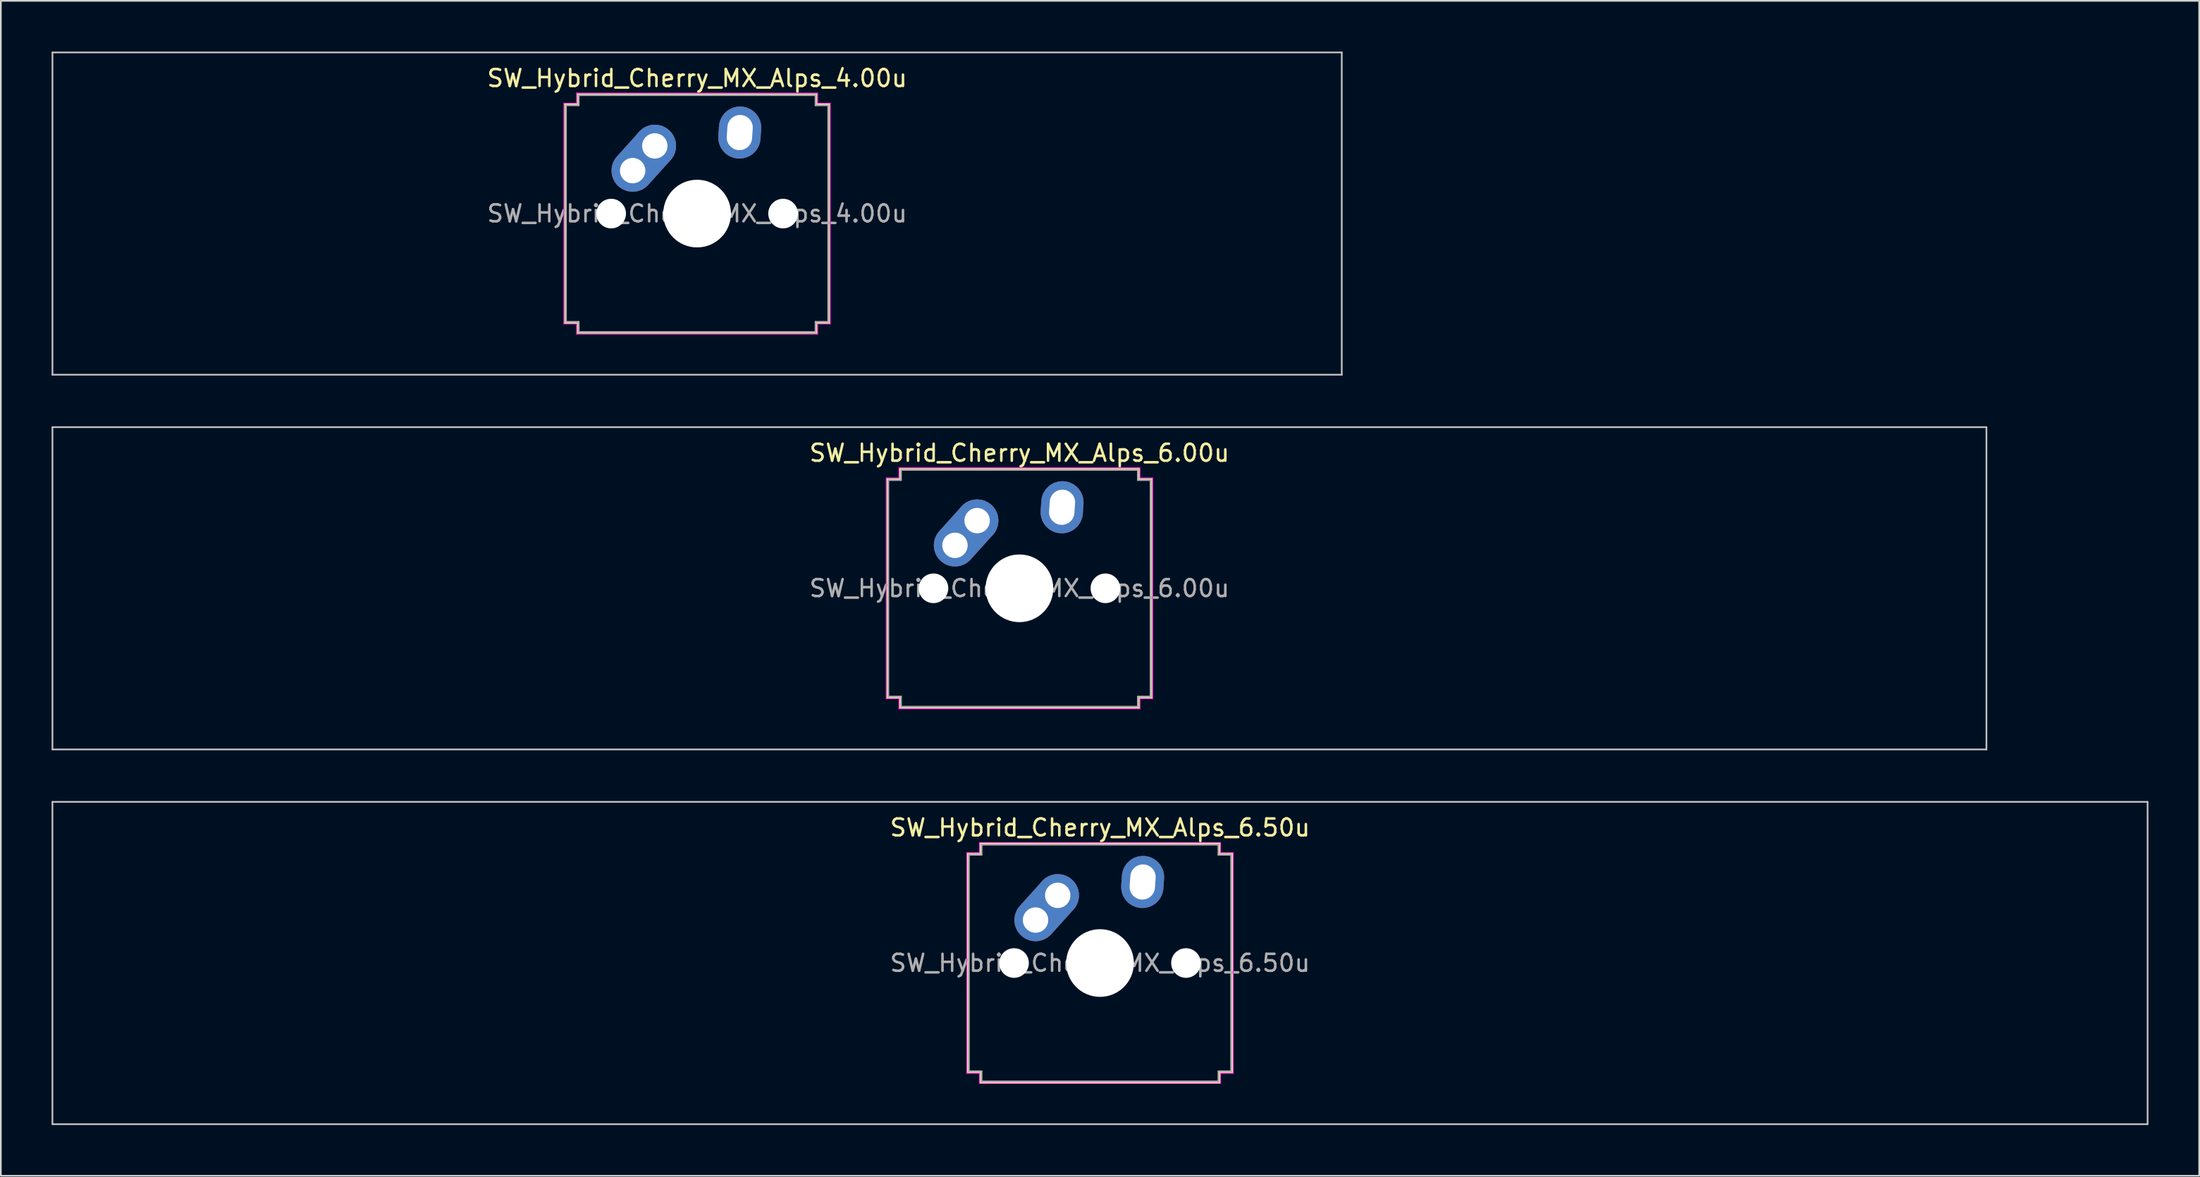
<source format=kicad_pcb>
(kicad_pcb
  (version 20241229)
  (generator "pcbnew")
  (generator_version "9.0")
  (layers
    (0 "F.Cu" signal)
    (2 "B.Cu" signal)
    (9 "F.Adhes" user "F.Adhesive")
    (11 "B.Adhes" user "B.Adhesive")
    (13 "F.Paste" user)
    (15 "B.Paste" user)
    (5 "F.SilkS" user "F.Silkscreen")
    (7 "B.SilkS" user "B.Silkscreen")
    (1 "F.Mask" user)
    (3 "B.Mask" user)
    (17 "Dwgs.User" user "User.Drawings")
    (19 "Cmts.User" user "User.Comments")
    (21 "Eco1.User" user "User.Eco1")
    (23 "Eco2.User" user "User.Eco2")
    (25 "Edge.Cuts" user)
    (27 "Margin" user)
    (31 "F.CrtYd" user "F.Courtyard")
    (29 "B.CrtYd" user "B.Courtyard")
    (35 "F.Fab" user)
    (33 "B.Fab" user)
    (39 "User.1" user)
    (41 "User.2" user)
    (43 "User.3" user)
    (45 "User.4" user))
  (footprint "SW_Hybrid_Cherry_MX_Alps_4.00u"
    (layer "F.Cu")
    (at 38.15 9.575)
    (property "Reference" "SW_Hybrid_Cherry_MX_Alps_4.00u" (at 0 -8 0) (layer "F.SilkS") (effects (font (size 1 1) (thickness 0.15))))
    (attr through_hole)
    (fp_line (start -7.8 -6.45) (end -7.05 -6.45) (stroke (width 0.12) (type solid)) (layer "F.SilkS"))
    (fp_line (start -7.8 6.45) (end -7.8 -6.45) (stroke (width 0.12) (type solid)) (layer "F.SilkS"))
    (fp_line (start -7.05 -7.05) (end 7.05 -7.05) (stroke (width 0.12) (type solid)) (layer "F.SilkS"))
    (fp_line (start -7.05 -6.45) (end -7.05 -7.05) (stroke (width 0.12) (type solid)) (layer "F.SilkS"))
    (fp_line (start -7.05 6.45) (end -7.8 6.45) (stroke (width 0.12) (type solid)) (layer "F.SilkS"))
    (fp_line (start -7.05 7.05) (end -7.05 6.45) (stroke (width 0.12) (type solid)) (layer "F.SilkS"))
    (fp_line (start 7.05 -7.05) (end 7.05 -6.45) (stroke (width 0.12) (type solid)) (layer "F.SilkS"))
    (fp_line (start 7.05 -6.45) (end 7.8 -6.45) (stroke (width 0.12) (type solid)) (layer "F.SilkS"))
    (fp_line (start 7.05 6.45) (end 7.05 7.05) (stroke (width 0.12) (type solid)) (layer "F.SilkS"))
    (fp_line (start 7.05 7.05) (end -7.05 7.05) (stroke (width 0.12) (type solid)) (layer "F.SilkS"))
    (fp_line (start 7.8 -6.45) (end 7.8 6.45) (stroke (width 0.12) (type solid)) (layer "F.SilkS"))
    (fp_line (start 7.8 6.45) (end 7.05 6.45) (stroke (width 0.12) (type solid)) (layer "F.SilkS"))
    (fp_line (start -38.1 -9.525) (end -38.1 9.525) (stroke (width 0.1) (type solid)) (layer "Dwgs.User"))
    (fp_line (start -38.1 9.525) (end 38.1 9.525) (stroke (width 0.1) (type solid)) (layer "Dwgs.User"))
    (fp_line (start 38.1 -9.525) (end -38.1 -9.525) (stroke (width 0.1) (type solid)) (layer "Dwgs.User"))
    (fp_line (start 38.1 9.525) (end 38.1 -9.525) (stroke (width 0.1) (type solid)) (layer "Dwgs.User"))
    (fp_line (start -7.875 -6.525) (end -7.125 -6.525) (stroke (width 0.05) (type solid)) (layer "F.CrtYd"))
    (fp_line (start -7.875 6.525) (end -7.875 -6.525) (stroke (width 0.05) (type solid)) (layer "F.CrtYd"))
    (fp_line (start -7.125 -7.125) (end 7.125 -7.125) (stroke (width 0.05) (type solid)) (layer "F.CrtYd"))
    (fp_line (start -7.125 -6.525) (end -7.125 -7.125) (stroke (width 0.05) (type solid)) (layer "F.CrtYd"))
    (fp_line (start -7.125 6.525) (end -7.875 6.525) (stroke (width 0.05) (type solid)) (layer "F.CrtYd"))
    (fp_line (start -7.125 7.125) (end -7.125 6.525) (stroke (width 0.05) (type solid)) (layer "F.CrtYd"))
    (fp_line (start 7.125 -7.125) (end 7.125 -6.525) (stroke (width 0.05) (type solid)) (layer "F.CrtYd"))
    (fp_line (start 7.125 -6.525) (end 7.875 -6.525) (stroke (width 0.05) (type solid)) (layer "F.CrtYd"))
    (fp_line (start 7.125 6.525) (end 7.125 7.125) (stroke (width 0.05) (type solid)) (layer "F.CrtYd"))
    (fp_line (start 7.125 7.125) (end -7.125 7.125) (stroke (width 0.05) (type solid)) (layer "F.CrtYd"))
    (fp_line (start 7.875 -6.525) (end 7.875 6.525) (stroke (width 0.05) (type solid)) (layer "F.CrtYd"))
    (fp_line (start 7.875 6.525) (end 7.125 6.525) (stroke (width 0.05) (type solid)) (layer "F.CrtYd"))
    (fp_line (start -7.75 -6.4) (end -7 -6.4) (stroke (width 0.1) (type solid)) (layer "F.Fab"))
    (fp_line (start -7.75 6.4) (end -7.75 -6.4) (stroke (width 0.1) (type solid)) (layer "F.Fab"))
    (fp_line (start -7 -7) (end 7 -7) (stroke (width 0.1) (type solid)) (layer "F.Fab"))
    (fp_line (start -7 -6.4) (end -7 -7) (stroke (width 0.1) (type solid)) (layer "F.Fab"))
    (fp_line (start -7 6.4) (end -7.75 6.4) (stroke (width 0.1) (type solid)) (layer "F.Fab"))
    (fp_line (start -7 7) (end -7 6.4) (stroke (width 0.1) (type solid)) (layer "F.Fab"))
    (fp_line (start 7 -7) (end 7 -6.4) (stroke (width 0.1) (type solid)) (layer "F.Fab"))
    (fp_line (start 7 -6.4) (end 7.75 -6.4) (stroke (width 0.1) (type solid)) (layer "F.Fab"))
    (fp_line (start 7 6.4) (end 7 7) (stroke (width 0.1) (type solid)) (layer "F.Fab"))
    (fp_line (start 7 7) (end -7 7) (stroke (width 0.1) (type solid)) (layer "F.Fab"))
    (fp_line (start 7.75 -6.4) (end 7.75 6.4) (stroke (width 0.1) (type solid)) (layer "F.Fab"))
    (fp_line (start 7.75 6.4) (end 7 6.4) (stroke (width 0.1) (type solid)) (layer "F.Fab"))
    (fp_text user "${REFERENCE}" (at 0 0 0) (layer "F.Fab") (effects (font (size 1 1) (thickness 0.15))))
    (pad "" np_thru_hole circle (at -5.08 0) (size 1.75 1.75) (drill 1.75) (layers "*.Cu" "*.Mask"))
    (pad "" np_thru_hole circle (at 0 0) (size 4 4) (drill 4) (layers "*.Cu" "*.Mask"))
    (pad "" np_thru_hole circle (at 5.08 0) (size 1.75 1.75) (drill 1.75) (layers "*.Cu" "*.Mask"))
    (pad "1" thru_hole oval (at 2.52 -4.79 86) (size 3.081 2.5) (drill oval 2.081 1.5) (layers "*.Cu" "B.Mask"))
    (pad "2" thru_hole oval (at -3.81 -2.54 48) (size 4.462 2.5) (drill 1.5 (offset 0.981 0)) (layers "*.Cu" "B.Mask"))
    (pad "2" thru_hole circle (at -2.5 -4) (size 2.5 2.5) (drill 1.5) (layers "*.Cu" "B.Mask")))
  (footprint "SW_Hybrid_Cherry_MX_Alps_6.50u"
    (layer "F.Cu")
    (at 61.962 53.875)
    (property "Reference" "SW_Hybrid_Cherry_MX_Alps_6.50u" (at 0 -8 0) (layer "F.SilkS") (effects (font (size 1 1) (thickness 0.15))))
    (attr through_hole)
    (fp_line (start -7.8 -6.45) (end -7.05 -6.45) (stroke (width 0.12) (type solid)) (layer "F.SilkS"))
    (fp_line (start -7.8 6.45) (end -7.8 -6.45) (stroke (width 0.12) (type solid)) (layer "F.SilkS"))
    (fp_line (start -7.05 -7.05) (end 7.05 -7.05) (stroke (width 0.12) (type solid)) (layer "F.SilkS"))
    (fp_line (start -7.05 -6.45) (end -7.05 -7.05) (stroke (width 0.12) (type solid)) (layer "F.SilkS"))
    (fp_line (start -7.05 6.45) (end -7.8 6.45) (stroke (width 0.12) (type solid)) (layer "F.SilkS"))
    (fp_line (start -7.05 7.05) (end -7.05 6.45) (stroke (width 0.12) (type solid)) (layer "F.SilkS"))
    (fp_line (start 7.05 -7.05) (end 7.05 -6.45) (stroke (width 0.12) (type solid)) (layer "F.SilkS"))
    (fp_line (start 7.05 -6.45) (end 7.8 -6.45) (stroke (width 0.12) (type solid)) (layer "F.SilkS"))
    (fp_line (start 7.05 6.45) (end 7.05 7.05) (stroke (width 0.12) (type solid)) (layer "F.SilkS"))
    (fp_line (start 7.05 7.05) (end -7.05 7.05) (stroke (width 0.12) (type solid)) (layer "F.SilkS"))
    (fp_line (start 7.8 -6.45) (end 7.8 6.45) (stroke (width 0.12) (type solid)) (layer "F.SilkS"))
    (fp_line (start 7.8 6.45) (end 7.05 6.45) (stroke (width 0.12) (type solid)) (layer "F.SilkS"))
    (fp_line (start -61.913 -9.525) (end -61.913 9.525) (stroke (width 0.1) (type solid)) (layer "Dwgs.User"))
    (fp_line (start -61.913 9.525) (end 61.913 9.525) (stroke (width 0.1) (type solid)) (layer "Dwgs.User"))
    (fp_line (start 61.913 -9.525) (end -61.913 -9.525) (stroke (width 0.1) (type solid)) (layer "Dwgs.User"))
    (fp_line (start 61.913 9.525) (end 61.913 -9.525) (stroke (width 0.1) (type solid)) (layer "Dwgs.User"))
    (fp_line (start -7.875 -6.525) (end -7.125 -6.525) (stroke (width 0.05) (type solid)) (layer "F.CrtYd"))
    (fp_line (start -7.875 6.525) (end -7.875 -6.525) (stroke (width 0.05) (type solid)) (layer "F.CrtYd"))
    (fp_line (start -7.125 -7.125) (end 7.125 -7.125) (stroke (width 0.05) (type solid)) (layer "F.CrtYd"))
    (fp_line (start -7.125 -6.525) (end -7.125 -7.125) (stroke (width 0.05) (type solid)) (layer "F.CrtYd"))
    (fp_line (start -7.125 6.525) (end -7.875 6.525) (stroke (width 0.05) (type solid)) (layer "F.CrtYd"))
    (fp_line (start -7.125 7.125) (end -7.125 6.525) (stroke (width 0.05) (type solid)) (layer "F.CrtYd"))
    (fp_line (start 7.125 -7.125) (end 7.125 -6.525) (stroke (width 0.05) (type solid)) (layer "F.CrtYd"))
    (fp_line (start 7.125 -6.525) (end 7.875 -6.525) (stroke (width 0.05) (type solid)) (layer "F.CrtYd"))
    (fp_line (start 7.125 6.525) (end 7.125 7.125) (stroke (width 0.05) (type solid)) (layer "F.CrtYd"))
    (fp_line (start 7.125 7.125) (end -7.125 7.125) (stroke (width 0.05) (type solid)) (layer "F.CrtYd"))
    (fp_line (start 7.875 -6.525) (end 7.875 6.525) (stroke (width 0.05) (type solid)) (layer "F.CrtYd"))
    (fp_line (start 7.875 6.525) (end 7.125 6.525) (stroke (width 0.05) (type solid)) (layer "F.CrtYd"))
    (fp_line (start -7.75 -6.4) (end -7 -6.4) (stroke (width 0.1) (type solid)) (layer "F.Fab"))
    (fp_line (start -7.75 6.4) (end -7.75 -6.4) (stroke (width 0.1) (type solid)) (layer "F.Fab"))
    (fp_line (start -7 -7) (end 7 -7) (stroke (width 0.1) (type solid)) (layer "F.Fab"))
    (fp_line (start -7 -6.4) (end -7 -7) (stroke (width 0.1) (type solid)) (layer "F.Fab"))
    (fp_line (start -7 6.4) (end -7.75 6.4) (stroke (width 0.1) (type solid)) (layer "F.Fab"))
    (fp_line (start -7 7) (end -7 6.4) (stroke (width 0.1) (type solid)) (layer "F.Fab"))
    (fp_line (start 7 -7) (end 7 -6.4) (stroke (width 0.1) (type solid)) (layer "F.Fab"))
    (fp_line (start 7 -6.4) (end 7.75 -6.4) (stroke (width 0.1) (type solid)) (layer "F.Fab"))
    (fp_line (start 7 6.4) (end 7 7) (stroke (width 0.1) (type solid)) (layer "F.Fab"))
    (fp_line (start 7 7) (end -7 7) (stroke (width 0.1) (type solid)) (layer "F.Fab"))
    (fp_line (start 7.75 -6.4) (end 7.75 6.4) (stroke (width 0.1) (type solid)) (layer "F.Fab"))
    (fp_line (start 7.75 6.4) (end 7 6.4) (stroke (width 0.1) (type solid)) (layer "F.Fab"))
    (fp_text user "${REFERENCE}" (at 0 0 0) (layer "F.Fab") (effects (font (size 1 1) (thickness 0.15))))
    (pad "" np_thru_hole circle (at -5.08 0) (size 1.75 1.75) (drill 1.75) (layers "*.Cu" "*.Mask"))
    (pad "" np_thru_hole circle (at 0 0) (size 4 4) (drill 4) (layers "*.Cu" "*.Mask"))
    (pad "" np_thru_hole circle (at 5.08 0) (size 1.75 1.75) (drill 1.75) (layers "*.Cu" "*.Mask"))
    (pad "1" thru_hole oval (at 2.52 -4.79 86) (size 3.081 2.5) (drill oval 2.081 1.5) (layers "*.Cu" "B.Mask"))
    (pad "2" thru_hole oval (at -3.81 -2.54 48) (size 4.462 2.5) (drill 1.5 (offset 0.981 0)) (layers "*.Cu" "B.Mask"))
    (pad "2" thru_hole circle (at -2.5 -4) (size 2.5 2.5) (drill 1.5) (layers "*.Cu" "B.Mask")))
  (footprint "SW_Hybrid_Cherry_MX_Alps_6.00u"
    (layer "F.Cu")
    (at 57.2 31.725)
    (property "Reference" "SW_Hybrid_Cherry_MX_Alps_6.00u" (at 0 -8 0) (layer "F.SilkS") (effects (font (size 1 1) (thickness 0.15))))
    (attr through_hole)
    (fp_line (start -7.8 -6.45) (end -7.05 -6.45) (stroke (width 0.12) (type solid)) (layer "F.SilkS"))
    (fp_line (start -7.8 6.45) (end -7.8 -6.45) (stroke (width 0.12) (type solid)) (layer "F.SilkS"))
    (fp_line (start -7.05 -7.05) (end 7.05 -7.05) (stroke (width 0.12) (type solid)) (layer "F.SilkS"))
    (fp_line (start -7.05 -6.45) (end -7.05 -7.05) (stroke (width 0.12) (type solid)) (layer "F.SilkS"))
    (fp_line (start -7.05 6.45) (end -7.8 6.45) (stroke (width 0.12) (type solid)) (layer "F.SilkS"))
    (fp_line (start -7.05 7.05) (end -7.05 6.45) (stroke (width 0.12) (type solid)) (layer "F.SilkS"))
    (fp_line (start 7.05 -7.05) (end 7.05 -6.45) (stroke (width 0.12) (type solid)) (layer "F.SilkS"))
    (fp_line (start 7.05 -6.45) (end 7.8 -6.45) (stroke (width 0.12) (type solid)) (layer "F.SilkS"))
    (fp_line (start 7.05 6.45) (end 7.05 7.05) (stroke (width 0.12) (type solid)) (layer "F.SilkS"))
    (fp_line (start 7.05 7.05) (end -7.05 7.05) (stroke (width 0.12) (type solid)) (layer "F.SilkS"))
    (fp_line (start 7.8 -6.45) (end 7.8 6.45) (stroke (width 0.12) (type solid)) (layer "F.SilkS"))
    (fp_line (start 7.8 6.45) (end 7.05 6.45) (stroke (width 0.12) (type solid)) (layer "F.SilkS"))
    (fp_line (start -57.15 -9.525) (end -57.15 9.525) (stroke (width 0.1) (type solid)) (layer "Dwgs.User"))
    (fp_line (start -57.15 9.525) (end 57.15 9.525) (stroke (width 0.1) (type solid)) (layer "Dwgs.User"))
    (fp_line (start 57.15 -9.525) (end -57.15 -9.525) (stroke (width 0.1) (type solid)) (layer "Dwgs.User"))
    (fp_line (start 57.15 9.525) (end 57.15 -9.525) (stroke (width 0.1) (type solid)) (layer "Dwgs.User"))
    (fp_line (start -7.875 -6.525) (end -7.125 -6.525) (stroke (width 0.05) (type solid)) (layer "F.CrtYd"))
    (fp_line (start -7.875 6.525) (end -7.875 -6.525) (stroke (width 0.05) (type solid)) (layer "F.CrtYd"))
    (fp_line (start -7.125 -7.125) (end 7.125 -7.125) (stroke (width 0.05) (type solid)) (layer "F.CrtYd"))
    (fp_line (start -7.125 -6.525) (end -7.125 -7.125) (stroke (width 0.05) (type solid)) (layer "F.CrtYd"))
    (fp_line (start -7.125 6.525) (end -7.875 6.525) (stroke (width 0.05) (type solid)) (layer "F.CrtYd"))
    (fp_line (start -7.125 7.125) (end -7.125 6.525) (stroke (width 0.05) (type solid)) (layer "F.CrtYd"))
    (fp_line (start 7.125 -7.125) (end 7.125 -6.525) (stroke (width 0.05) (type solid)) (layer "F.CrtYd"))
    (fp_line (start 7.125 -6.525) (end 7.875 -6.525) (stroke (width 0.05) (type solid)) (layer "F.CrtYd"))
    (fp_line (start 7.125 6.525) (end 7.125 7.125) (stroke (width 0.05) (type solid)) (layer "F.CrtYd"))
    (fp_line (start 7.125 7.125) (end -7.125 7.125) (stroke (width 0.05) (type solid)) (layer "F.CrtYd"))
    (fp_line (start 7.875 -6.525) (end 7.875 6.525) (stroke (width 0.05) (type solid)) (layer "F.CrtYd"))
    (fp_line (start 7.875 6.525) (end 7.125 6.525) (stroke (width 0.05) (type solid)) (layer "F.CrtYd"))
    (fp_line (start -7.75 -6.4) (end -7 -6.4) (stroke (width 0.1) (type solid)) (layer "F.Fab"))
    (fp_line (start -7.75 6.4) (end -7.75 -6.4) (stroke (width 0.1) (type solid)) (layer "F.Fab"))
    (fp_line (start -7 -7) (end 7 -7) (stroke (width 0.1) (type solid)) (layer "F.Fab"))
    (fp_line (start -7 -6.4) (end -7 -7) (stroke (width 0.1) (type solid)) (layer "F.Fab"))
    (fp_line (start -7 6.4) (end -7.75 6.4) (stroke (width 0.1) (type solid)) (layer "F.Fab"))
    (fp_line (start -7 7) (end -7 6.4) (stroke (width 0.1) (type solid)) (layer "F.Fab"))
    (fp_line (start 7 -7) (end 7 -6.4) (stroke (width 0.1) (type solid)) (layer "F.Fab"))
    (fp_line (start 7 -6.4) (end 7.75 -6.4) (stroke (width 0.1) (type solid)) (layer "F.Fab"))
    (fp_line (start 7 6.4) (end 7 7) (stroke (width 0.1) (type solid)) (layer "F.Fab"))
    (fp_line (start 7 7) (end -7 7) (stroke (width 0.1) (type solid)) (layer "F.Fab"))
    (fp_line (start 7.75 -6.4) (end 7.75 6.4) (stroke (width 0.1) (type solid)) (layer "F.Fab"))
    (fp_line (start 7.75 6.4) (end 7 6.4) (stroke (width 0.1) (type solid)) (layer "F.Fab"))
    (fp_text user "${REFERENCE}" (at 0 0 0) (layer "F.Fab") (effects (font (size 1 1) (thickness 0.15))))
    (pad "" np_thru_hole circle (at -5.08 0) (size 1.75 1.75) (drill 1.75) (layers "*.Cu" "*.Mask"))
    (pad "" np_thru_hole circle (at 0 0) (size 4 4) (drill 4) (layers "*.Cu" "*.Mask"))
    (pad "" np_thru_hole circle (at 5.08 0) (size 1.75 1.75) (drill 1.75) (layers "*.Cu" "*.Mask"))
    (pad "1" thru_hole oval (at 2.52 -4.79 86) (size 3.081 2.5) (drill oval 2.081 1.5) (layers "*.Cu" "B.Mask"))
    (pad "2" thru_hole oval (at -3.81 -2.54 48) (size 4.462 2.5) (drill 1.5 (offset 0.981 0)) (layers "*.Cu" "B.Mask"))
    (pad "2" thru_hole circle (at -2.5 -4) (size 2.5 2.5) (drill 1.5) (layers "*.Cu" "B.Mask")))
  (gr_rect
    (start -3 -3)
    (end 126.925 66.45)
    (stroke (width 0.1) (type default))
    (fill no)
    (layer "Edge.Cuts")))
</source>
